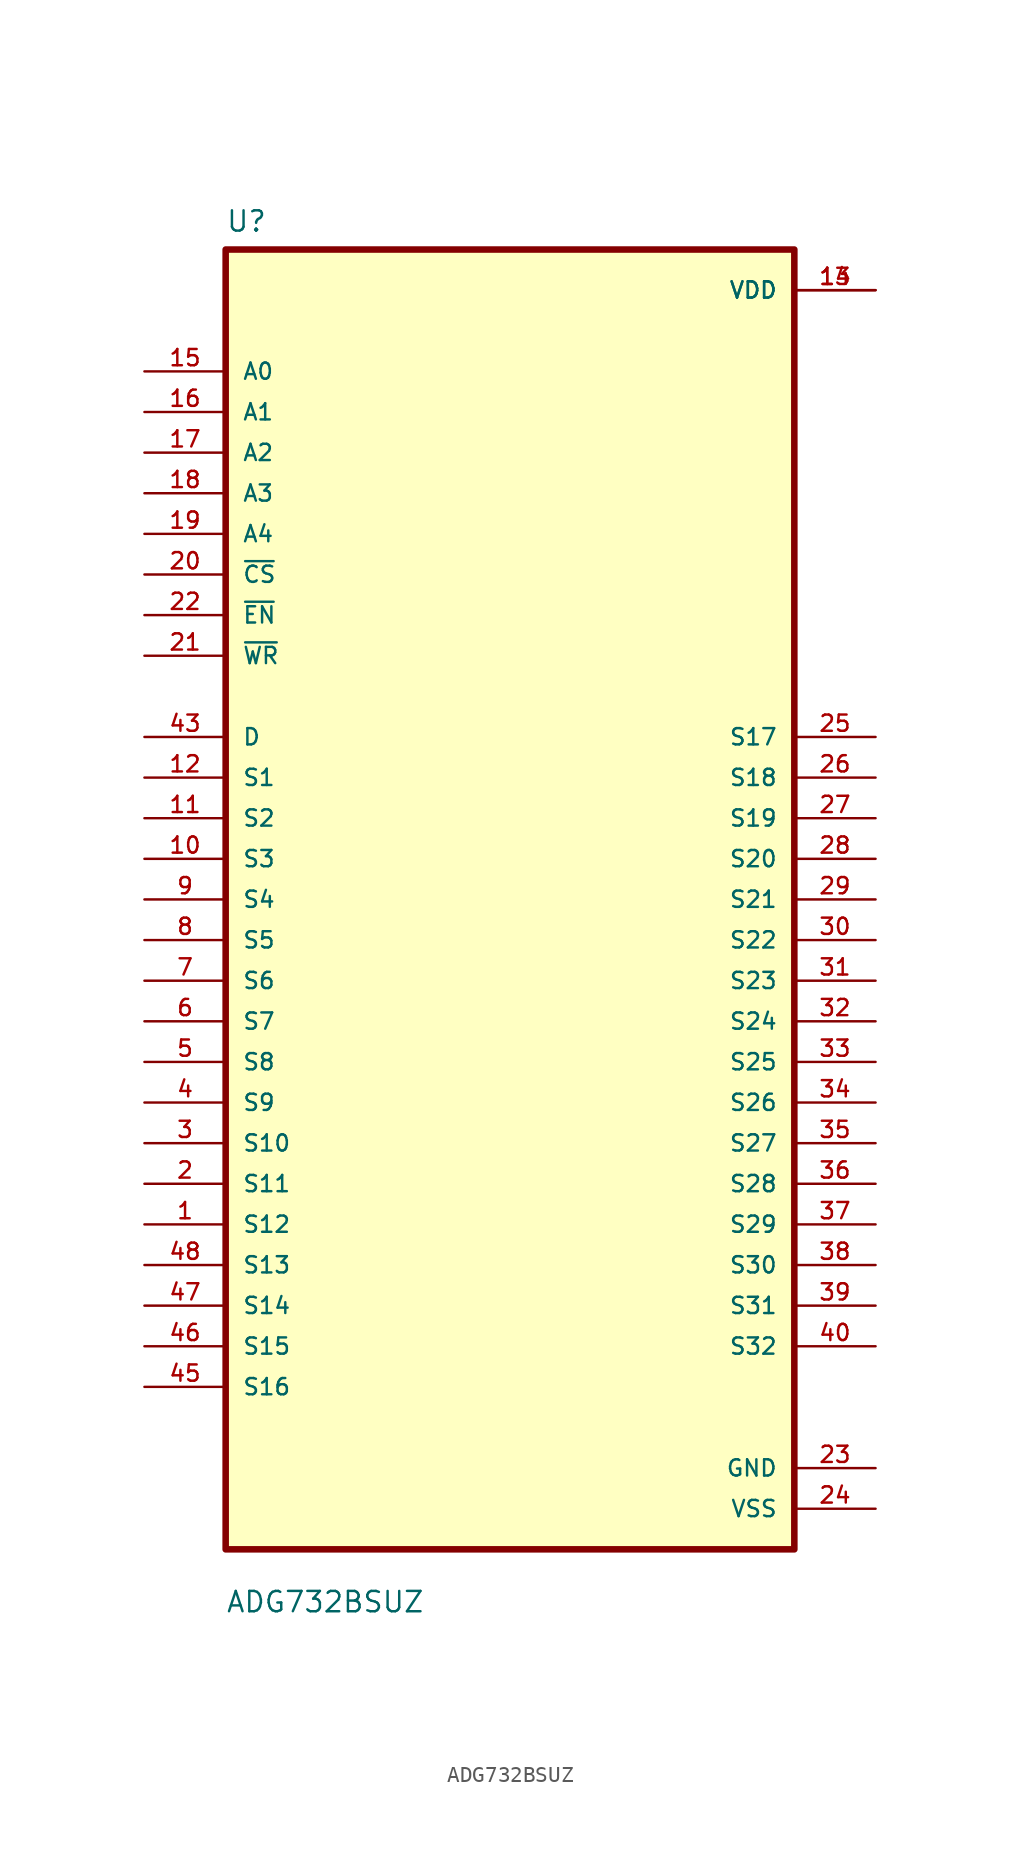
<source format=kicad_sym>
(kicad_symbol_lib
  (version 20211014)
  (generator kicad_symbol_editor)
  (symbol "ADG732BSUZ"
    (pin_names
      (offset 1.016))
    (property "Reference" "U"
      (at -17.79 41.661 0.0)
      (effects (font (size 1.27 1.27)) (justify bottom left)))
    (property "Value" "ADG732BSUZ"
      (at -17.793 -44.672 0.0)
      (effects (font (size 1.27 1.27)) (justify bottom left)))
    (symbol "ADG732BSUZ_0_0"
      (rectangle (start -17.78 -40.64) (end 17.78 40.64) (stroke (width 0.41)) (fill (type background)))
      (pin input line (at -22.86 33.02 0) (length 5.08) (name "A0" (effects (font (size 1.016 1.016)))) (number "15" (effects (font (size 1.016 1.016)))))
      (pin input line (at -22.86 30.48 0) (length 5.08) (name "A1" (effects (font (size 1.016 1.016)))) (number "16" (effects (font (size 1.016 1.016)))))
      (pin input line (at -22.86 27.94 0) (length 5.08) (name "A2" (effects (font (size 1.016 1.016)))) (number "17" (effects (font (size 1.016 1.016)))))
      (pin input line (at -22.86 25.4 0) (length 5.08) (name "A3" (effects (font (size 1.016 1.016)))) (number "18" (effects (font (size 1.016 1.016)))))
      (pin input line (at -22.86 22.86 0) (length 5.08) (name "A4" (effects (font (size 1.016 1.016)))) (number "19" (effects (font (size 1.016 1.016)))))
      (pin input line (at -22.86 20.32 0) (length 5.08) (name "~{CS}" (effects (font (size 1.016 1.016)))) (number "20" (effects (font (size 1.016 1.016)))))
      (pin bidirectional line (at -22.86 10.16 0) (length 5.08) (name "D" (effects (font (size 1.016 1.016)))) (number "43" (effects (font (size 1.016 1.016)))))
      (pin input line (at -22.86 17.78 0) (length 5.08) (name "~{EN}" (effects (font (size 1.016 1.016)))) (number "22" (effects (font (size 1.016 1.016)))))
      (pin bidirectional line (at -22.86 7.62 0) (length 5.08) (name "S1" (effects (font (size 1.016 1.016)))) (number "12" (effects (font (size 1.016 1.016)))))
      (pin bidirectional line (at -22.86 -15.24 0) (length 5.08) (name "S10" (effects (font (size 1.016 1.016)))) (number "3" (effects (font (size 1.016 1.016)))))
      (pin bidirectional line (at -22.86 -17.78 0) (length 5.08) (name "S11" (effects (font (size 1.016 1.016)))) (number "2" (effects (font (size 1.016 1.016)))))
      (pin bidirectional line (at -22.86 -20.32 0) (length 5.08) (name "S12" (effects (font (size 1.016 1.016)))) (number "1" (effects (font (size 1.016 1.016)))))
      (pin bidirectional line (at -22.86 -22.86 0) (length 5.08) (name "S13" (effects (font (size 1.016 1.016)))) (number "48" (effects (font (size 1.016 1.016)))))
      (pin bidirectional line (at -22.86 -25.4 0) (length 5.08) (name "S14" (effects (font (size 1.016 1.016)))) (number "47" (effects (font (size 1.016 1.016)))))
      (pin bidirectional line (at -22.86 -27.94 0) (length 5.08) (name "S15" (effects (font (size 1.016 1.016)))) (number "46" (effects (font (size 1.016 1.016)))))
      (pin bidirectional line (at -22.86 -30.48 0) (length 5.08) (name "S16" (effects (font (size 1.016 1.016)))) (number "45" (effects (font (size 1.016 1.016)))))
      (pin bidirectional line (at 22.86 10.16 180.0) (length 5.08) (name "S17" (effects (font (size 1.016 1.016)))) (number "25" (effects (font (size 1.016 1.016)))))
      (pin bidirectional line (at 22.86 7.62 180.0) (length 5.08) (name "S18" (effects (font (size 1.016 1.016)))) (number "26" (effects (font (size 1.016 1.016)))))
      (pin bidirectional line (at 22.86 5.08 180.0) (length 5.08) (name "S19" (effects (font (size 1.016 1.016)))) (number "27" (effects (font (size 1.016 1.016)))))
      (pin power_in line (at 22.86 38.1 180.0) (length 5.08) (name "VDD" (effects (font (size 1.016 1.016)))) (number "13" (effects (font (size 1.016 1.016)))))
      (pin power_in line (at 22.86 38.1 180.0) (length 5.08) (name "VDD" (effects (font (size 1.016 1.016)))) (number "14" (effects (font (size 1.016 1.016)))))
      (pin bidirectional line (at -22.86 5.08 0) (length 5.08) (name "S2" (effects (font (size 1.016 1.016)))) (number "11" (effects (font (size 1.016 1.016)))))
      (pin bidirectional line (at 22.86 2.54 180.0) (length 5.08) (name "S20" (effects (font (size 1.016 1.016)))) (number "28" (effects (font (size 1.016 1.016)))))
      (pin bidirectional line (at 22.86 0.0 180.0) (length 5.08) (name "S21" (effects (font (size 1.016 1.016)))) (number "29" (effects (font (size 1.016 1.016)))))
      (pin bidirectional line (at 22.86 -2.54 180.0) (length 5.08) (name "S22" (effects (font (size 1.016 1.016)))) (number "30" (effects (font (size 1.016 1.016)))))
      (pin bidirectional line (at 22.86 -5.08 180.0) (length 5.08) (name "S23" (effects (font (size 1.016 1.016)))) (number "31" (effects (font (size 1.016 1.016)))))
      (pin bidirectional line (at 22.86 -7.62 180.0) (length 5.08) (name "S24" (effects (font (size 1.016 1.016)))) (number "32" (effects (font (size 1.016 1.016)))))
      (pin bidirectional line (at 22.86 -10.16 180.0) (length 5.08) (name "S25" (effects (font (size 1.016 1.016)))) (number "33" (effects (font (size 1.016 1.016)))))
      (pin bidirectional line (at 22.86 -12.7 180.0) (length 5.08) (name "S26" (effects (font (size 1.016 1.016)))) (number "34" (effects (font (size 1.016 1.016)))))
      (pin bidirectional line (at 22.86 -15.24 180.0) (length 5.08) (name "S27" (effects (font (size 1.016 1.016)))) (number "35" (effects (font (size 1.016 1.016)))))
      (pin bidirectional line (at 22.86 -17.78 180.0) (length 5.08) (name "S28" (effects (font (size 1.016 1.016)))) (number "36" (effects (font (size 1.016 1.016)))))
      (pin bidirectional line (at 22.86 -20.32 180.0) (length 5.08) (name "S29" (effects (font (size 1.016 1.016)))) (number "37" (effects (font (size 1.016 1.016)))))
      (pin bidirectional line (at -22.86 2.54 0) (length 5.08) (name "S3" (effects (font (size 1.016 1.016)))) (number "10" (effects (font (size 1.016 1.016)))))
      (pin bidirectional line (at 22.86 -22.86 180.0) (length 5.08) (name "S30" (effects (font (size 1.016 1.016)))) (number "38" (effects (font (size 1.016 1.016)))))
      (pin bidirectional line (at 22.86 -25.4 180.0) (length 5.08) (name "S31" (effects (font (size 1.016 1.016)))) (number "39" (effects (font (size 1.016 1.016)))))
      (pin bidirectional line (at 22.86 -27.94 180.0) (length 5.08) (name "S32" (effects (font (size 1.016 1.016)))) (number "40" (effects (font (size 1.016 1.016)))))
      (pin bidirectional line (at -22.86 0.0 0) (length 5.08) (name "S4" (effects (font (size 1.016 1.016)))) (number "9" (effects (font (size 1.016 1.016)))))
      (pin bidirectional line (at -22.86 -2.54 0) (length 5.08) (name "S5" (effects (font (size 1.016 1.016)))) (number "8" (effects (font (size 1.016 1.016)))))
      (pin bidirectional line (at -22.86 -5.08 0) (length 5.08) (name "S6" (effects (font (size 1.016 1.016)))) (number "7" (effects (font (size 1.016 1.016)))))
      (pin bidirectional line (at -22.86 -7.62 0) (length 5.08) (name "S7" (effects (font (size 1.016 1.016)))) (number "6" (effects (font (size 1.016 1.016)))))
      (pin bidirectional line (at -22.86 -10.16 0) (length 5.08) (name "S8" (effects (font (size 1.016 1.016)))) (number "5" (effects (font (size 1.016 1.016)))))
      (pin bidirectional line (at -22.86 -12.7 0) (length 5.08) (name "S9" (effects (font (size 1.016 1.016)))) (number "4" (effects (font (size 1.016 1.016)))))
      (pin input line (at -22.86 15.24 0) (length 5.08) (name "~{WR}" (effects (font (size 1.016 1.016)))) (number "21" (effects (font (size 1.016 1.016)))))
      (pin power_in line (at 22.86 -35.56 180.0) (length 5.08) (name "GND" (effects (font (size 1.016 1.016)))) (number "23" (effects (font (size 1.016 1.016)))))
      (pin power_in line (at 22.86 -38.1 180.0) (length 5.08) (name "VSS" (effects (font (size 1.016 1.016)))) (number "24" (effects (font (size 1.016 1.016))))))))
</source>
